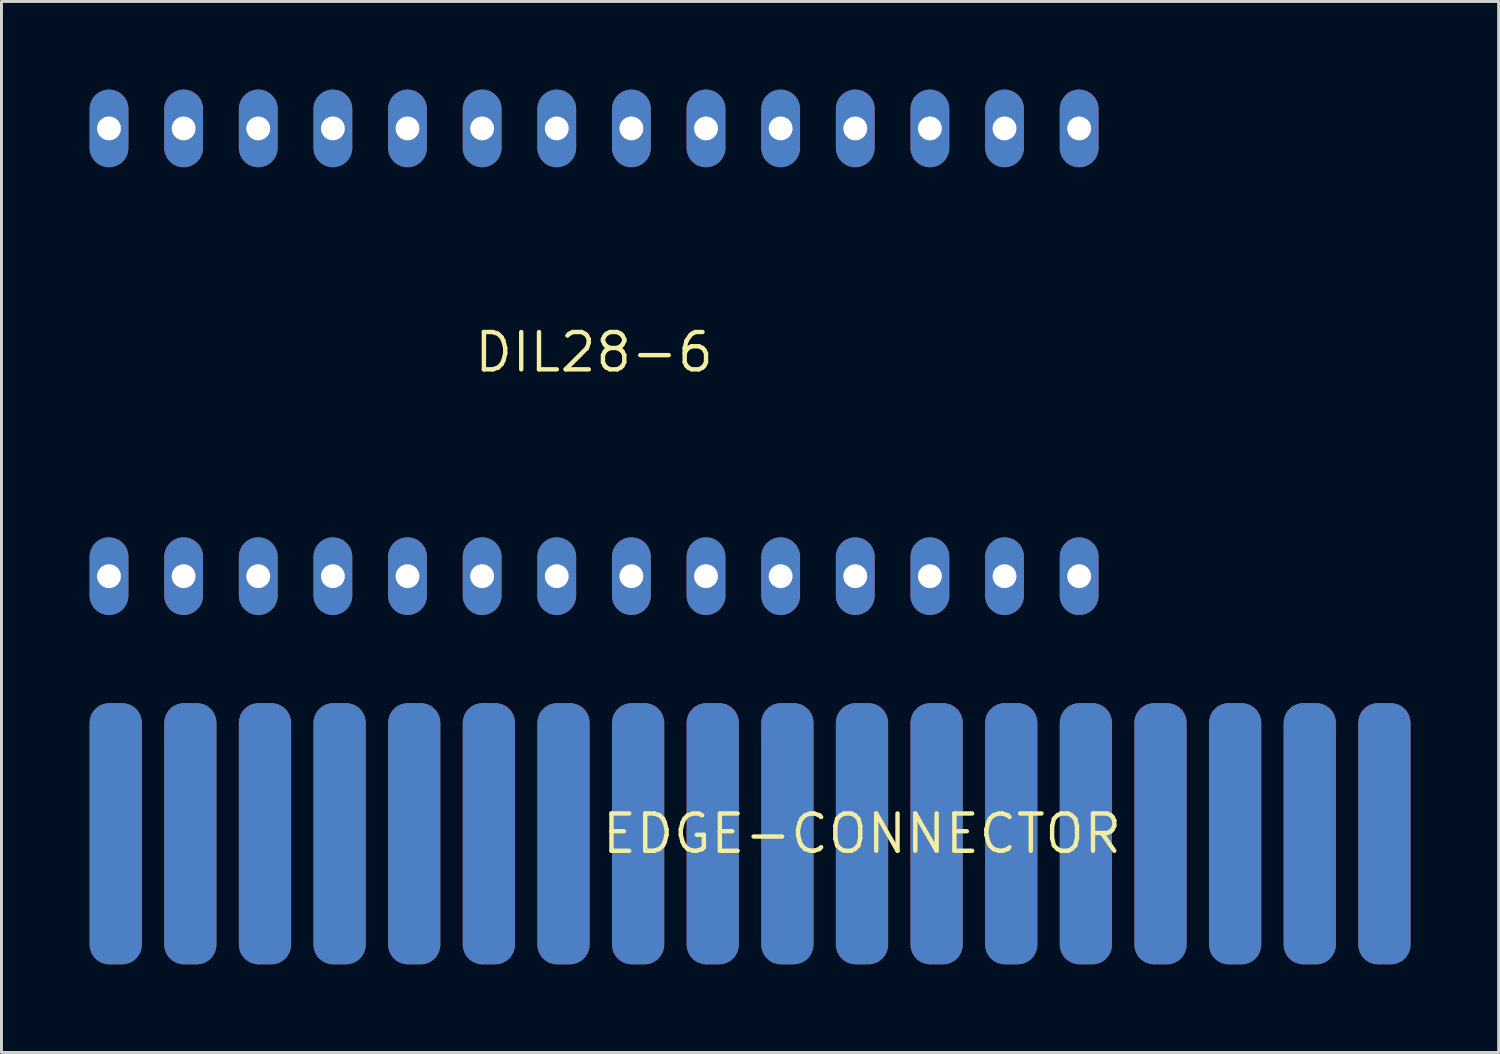
<source format=kicad_pcb>
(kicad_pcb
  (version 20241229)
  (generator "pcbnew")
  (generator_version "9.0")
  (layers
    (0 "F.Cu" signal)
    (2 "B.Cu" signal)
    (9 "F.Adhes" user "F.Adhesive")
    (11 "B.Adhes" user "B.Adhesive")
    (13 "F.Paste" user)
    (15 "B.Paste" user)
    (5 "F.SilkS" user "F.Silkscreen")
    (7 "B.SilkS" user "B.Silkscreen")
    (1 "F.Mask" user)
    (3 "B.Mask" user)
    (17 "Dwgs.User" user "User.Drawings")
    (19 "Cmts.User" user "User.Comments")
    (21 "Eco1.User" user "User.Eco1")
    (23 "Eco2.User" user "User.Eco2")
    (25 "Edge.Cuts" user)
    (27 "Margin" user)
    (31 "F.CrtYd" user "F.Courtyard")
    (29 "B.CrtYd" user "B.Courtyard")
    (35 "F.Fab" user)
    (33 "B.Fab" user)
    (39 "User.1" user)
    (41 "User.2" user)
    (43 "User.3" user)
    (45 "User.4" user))
  (footprint "EDGE-CONNECTOR"
    (layer "F.Cu")
    (at 26.289 25.327)
    (property "Reference" "EDGE-CONNECTOR" (at 0 0 0) (layer "F.SilkS") (effects (font (size 1.27 1.27) (thickness 0.15))))
    (pad "1" smd roundrect (at -25.4 0 180) (size 1.778 8.89) (layers "B.Cu" "B.Mask" "B.Paste") (roundrect_rratio 0.375))
    (pad "2" smd roundrect (at -25.4 0 180) (size 1.778 8.89) (layers "F.Cu" "F.Mask" "F.Paste") (roundrect_rratio 0.375))
    (pad "3" smd roundrect (at -22.86 0 180) (size 1.778 8.89) (layers "B.Cu" "B.Mask" "B.Paste") (roundrect_rratio 0.375))
    (pad "4" smd roundrect (at -22.86 0 180) (size 1.778 8.89) (layers "F.Cu" "F.Mask" "F.Paste") (roundrect_rratio 0.375))
    (pad "5" smd roundrect (at -20.32 0 180) (size 1.778 8.89) (layers "B.Cu" "B.Mask" "B.Paste") (roundrect_rratio 0.375))
    (pad "6" smd roundrect (at -20.32 0 180) (size 1.778 8.89) (layers "F.Cu" "F.Mask" "F.Paste") (roundrect_rratio 0.375))
    (pad "7" smd roundrect (at -17.78 0 180) (size 1.778 8.89) (layers "B.Cu" "B.Mask" "B.Paste") (roundrect_rratio 0.375))
    (pad "8" smd roundrect (at -17.78 0 180) (size 1.778 8.89) (layers "F.Cu" "F.Mask" "F.Paste") (roundrect_rratio 0.375))
    (pad "9" smd roundrect (at -15.24 0 180) (size 1.778 8.89) (layers "B.Cu" "B.Mask" "B.Paste") (roundrect_rratio 0.375))
    (pad "10" smd roundrect (at -15.24 0 180) (size 1.778 8.89) (layers "F.Cu" "F.Mask" "F.Paste") (roundrect_rratio 0.375))
    (pad "11" smd roundrect (at -12.7 0 180) (size 1.778 8.89) (layers "B.Cu" "B.Mask" "B.Paste") (roundrect_rratio 0.375))
    (pad "12" smd roundrect (at -12.7 0 180) (size 1.778 8.89) (layers "F.Cu" "F.Mask" "F.Paste") (roundrect_rratio 0.375))
    (pad "13" smd roundrect (at -10.16 0 180) (size 1.778 8.89) (layers "B.Cu" "B.Mask" "B.Paste") (roundrect_rratio 0.375))
    (pad "14" smd roundrect (at -10.16 0 180) (size 1.778 8.89) (layers "F.Cu" "F.Mask" "F.Paste") (roundrect_rratio 0.375))
    (pad "15" smd roundrect (at -7.62 0 180) (size 1.778 8.89) (layers "B.Cu" "B.Mask" "B.Paste") (roundrect_rratio 0.375))
    (pad "16" smd roundrect (at -7.62 0 180) (size 1.778 8.89) (layers "F.Cu" "F.Mask" "F.Paste") (roundrect_rratio 0.375))
    (pad "17" smd roundrect (at -5.08 0 180) (size 1.778 8.89) (layers "B.Cu" "B.Mask" "B.Paste") (roundrect_rratio 0.375))
    (pad "18" smd roundrect (at -5.08 0 180) (size 1.778 8.89) (layers "F.Cu" "F.Mask" "F.Paste") (roundrect_rratio 0.375))
    (pad "19" smd roundrect (at -2.54 0 180) (size 1.778 8.89) (layers "B.Cu" "B.Mask" "B.Paste") (roundrect_rratio 0.375))
    (pad "20" smd roundrect (at -2.54 0 180) (size 1.778 8.89) (layers "F.Cu" "F.Mask" "F.Paste") (roundrect_rratio 0.375))
    (pad "21" smd roundrect (at 0 0 180) (size 1.778 8.89) (layers "B.Cu" "B.Mask" "B.Paste") (roundrect_rratio 0.375))
    (pad "22" smd roundrect (at 0 0 180) (size 1.778 8.89) (layers "F.Cu" "F.Mask" "F.Paste") (roundrect_rratio 0.375))
    (pad "23" smd roundrect (at 2.54 0 180) (size 1.778 8.89) (layers "B.Cu" "B.Mask" "B.Paste") (roundrect_rratio 0.375))
    (pad "24" smd roundrect (at 2.54 0 180) (size 1.778 8.89) (layers "F.Cu" "F.Mask" "F.Paste") (roundrect_rratio 0.375))
    (pad "25" smd roundrect (at 5.08 0 180) (size 1.778 8.89) (layers "B.Cu" "B.Mask" "B.Paste") (roundrect_rratio 0.375))
    (pad "26" smd roundrect (at 5.08 0 180) (size 1.778 8.89) (layers "F.Cu" "F.Mask" "F.Paste") (roundrect_rratio 0.375))
    (pad "27" smd roundrect (at 7.62 0 180) (size 1.778 8.89) (layers "B.Cu" "B.Mask" "B.Paste") (roundrect_rratio 0.375))
    (pad "28" smd roundrect (at 7.62 0 180) (size 1.778 8.89) (layers "F.Cu" "F.Mask" "F.Paste") (roundrect_rratio 0.375))
    (pad "29" smd roundrect (at 10.16 0 180) (size 1.778 8.89) (layers "B.Cu" "B.Mask" "B.Paste") (roundrect_rratio 0.375))
    (pad "30" smd roundrect (at 10.16 0 180) (size 1.778 8.89) (layers "F.Cu" "F.Mask" "F.Paste") (roundrect_rratio 0.375))
    (pad "31" smd roundrect (at 12.7 0 180) (size 1.778 8.89) (layers "B.Cu" "B.Mask" "B.Paste") (roundrect_rratio 0.375))
    (pad "32" smd roundrect (at 12.7 0 180) (size 1.778 8.89) (layers "F.Cu" "F.Mask" "F.Paste") (roundrect_rratio 0.375))
    (pad "33" smd roundrect (at 15.24 0 180) (size 1.778 8.89) (layers "B.Cu" "B.Mask" "B.Paste") (roundrect_rratio 0.375))
    (pad "34" smd roundrect (at 15.24 0 180) (size 1.778 8.89) (layers "F.Cu" "F.Mask" "F.Paste") (roundrect_rratio 0.375))
    (pad "35" smd roundrect (at 17.78 0 180) (size 1.778 8.89) (layers "B.Cu" "B.Mask" "B.Paste") (roundrect_rratio 0.375))
    (pad "36" smd roundrect (at 17.78 0 180) (size 1.778 8.89) (layers "F.Cu" "F.Mask" "F.Paste") (roundrect_rratio 0.375)))
  (footprint "DIL28-6"
    (layer "F.Cu")
    (at 17.17 8.941)
    (property "Reference" "DIL28-6" (at 0 0 0) (layer "F.SilkS") (effects (font (size 1.27 1.27) (thickness 0.15))))
    (pad "1" thru_hole oval (at -16.51 7.62 90) (size 2.642 1.321) (drill 0.813) (layers "*.Cu" "*.Mask"))
    (pad "2" thru_hole oval (at -13.97 7.62 90) (size 2.642 1.321) (drill 0.813) (layers "*.Cu" "*.Mask"))
    (pad "3" thru_hole oval (at -11.43 7.62 90) (size 2.642 1.321) (drill 0.813) (layers "*.Cu" "*.Mask"))
    (pad "4" thru_hole oval (at -8.89 7.62 90) (size 2.642 1.321) (drill 0.813) (layers "*.Cu" "*.Mask"))
    (pad "5" thru_hole oval (at -6.35 7.62 90) (size 2.642 1.321) (drill 0.813) (layers "*.Cu" "*.Mask"))
    (pad "6" thru_hole oval (at -3.81 7.62 90) (size 2.642 1.321) (drill 0.813) (layers "*.Cu" "*.Mask"))
    (pad "7" thru_hole oval (at -1.27 7.62 90) (size 2.642 1.321) (drill 0.813) (layers "*.Cu" "*.Mask"))
    (pad "8" thru_hole oval (at 1.27 7.62 90) (size 2.642 1.321) (drill 0.813) (layers "*.Cu" "*.Mask"))
    (pad "9" thru_hole oval (at 3.81 7.62 90) (size 2.642 1.321) (drill 0.813) (layers "*.Cu" "*.Mask"))
    (pad "10" thru_hole oval (at 6.35 7.62 90) (size 2.642 1.321) (drill 0.813) (layers "*.Cu" "*.Mask"))
    (pad "11" thru_hole oval (at 8.89 7.62 90) (size 2.642 1.321) (drill 0.813) (layers "*.Cu" "*.Mask"))
    (pad "12" thru_hole oval (at 11.43 7.62 90) (size 2.642 1.321) (drill 0.813) (layers "*.Cu" "*.Mask"))
    (pad "13" thru_hole oval (at 13.97 7.62 90) (size 2.642 1.321) (drill 0.813) (layers "*.Cu" "*.Mask"))
    (pad "14" thru_hole oval (at 16.51 7.62 90) (size 2.642 1.321) (drill 0.813) (layers "*.Cu" "*.Mask"))
    (pad "15" thru_hole oval (at 16.51 -7.62 90) (size 2.642 1.321) (drill 0.813) (layers "*.Cu" "*.Mask"))
    (pad "16" thru_hole oval (at 13.97 -7.62 90) (size 2.642 1.321) (drill 0.813) (layers "*.Cu" "*.Mask"))
    (pad "17" thru_hole oval (at 11.43 -7.62 90) (size 2.642 1.321) (drill 0.813) (layers "*.Cu" "*.Mask"))
    (pad "18" thru_hole oval (at 8.89 -7.62 90) (size 2.642 1.321) (drill 0.813) (layers "*.Cu" "*.Mask"))
    (pad "19" thru_hole oval (at 6.35 -7.62 90) (size 2.642 1.321) (drill 0.813) (layers "*.Cu" "*.Mask"))
    (pad "20" thru_hole oval (at 3.81 -7.62 90) (size 2.642 1.321) (drill 0.813) (layers "*.Cu" "*.Mask"))
    (pad "21" thru_hole oval (at 1.27 -7.62 90) (size 2.642 1.321) (drill 0.813) (layers "*.Cu" "*.Mask"))
    (pad "22" thru_hole oval (at -1.27 -7.62 90) (size 2.642 1.321) (drill 0.813) (layers "*.Cu" "*.Mask"))
    (pad "23" thru_hole oval (at -3.81 -7.62 90) (size 2.642 1.321) (drill 0.813) (layers "*.Cu" "*.Mask"))
    (pad "24" thru_hole oval (at -6.35 -7.62 90) (size 2.642 1.321) (drill 0.813) (layers "*.Cu" "*.Mask"))
    (pad "25" thru_hole oval (at -8.89 -7.62 90) (size 2.642 1.321) (drill 0.813) (layers "*.Cu" "*.Mask"))
    (pad "26" thru_hole oval (at -11.43 -7.62 90) (size 2.642 1.321) (drill 0.813) (layers "*.Cu" "*.Mask"))
    (pad "27" thru_hole oval (at -13.97 -7.62 90) (size 2.642 1.321) (drill 0.813) (layers "*.Cu" "*.Mask"))
    (pad "28" thru_hole oval (at -16.51 -7.62 90) (size 2.642 1.321) (drill 0.813) (layers "*.Cu" "*.Mask")))
  (gr_rect
    (start -3 -3)
    (end 47.958 32.772)
    (stroke (width 0.1) (type default))
    (fill no)
    (layer "Edge.Cuts")))
</source>
